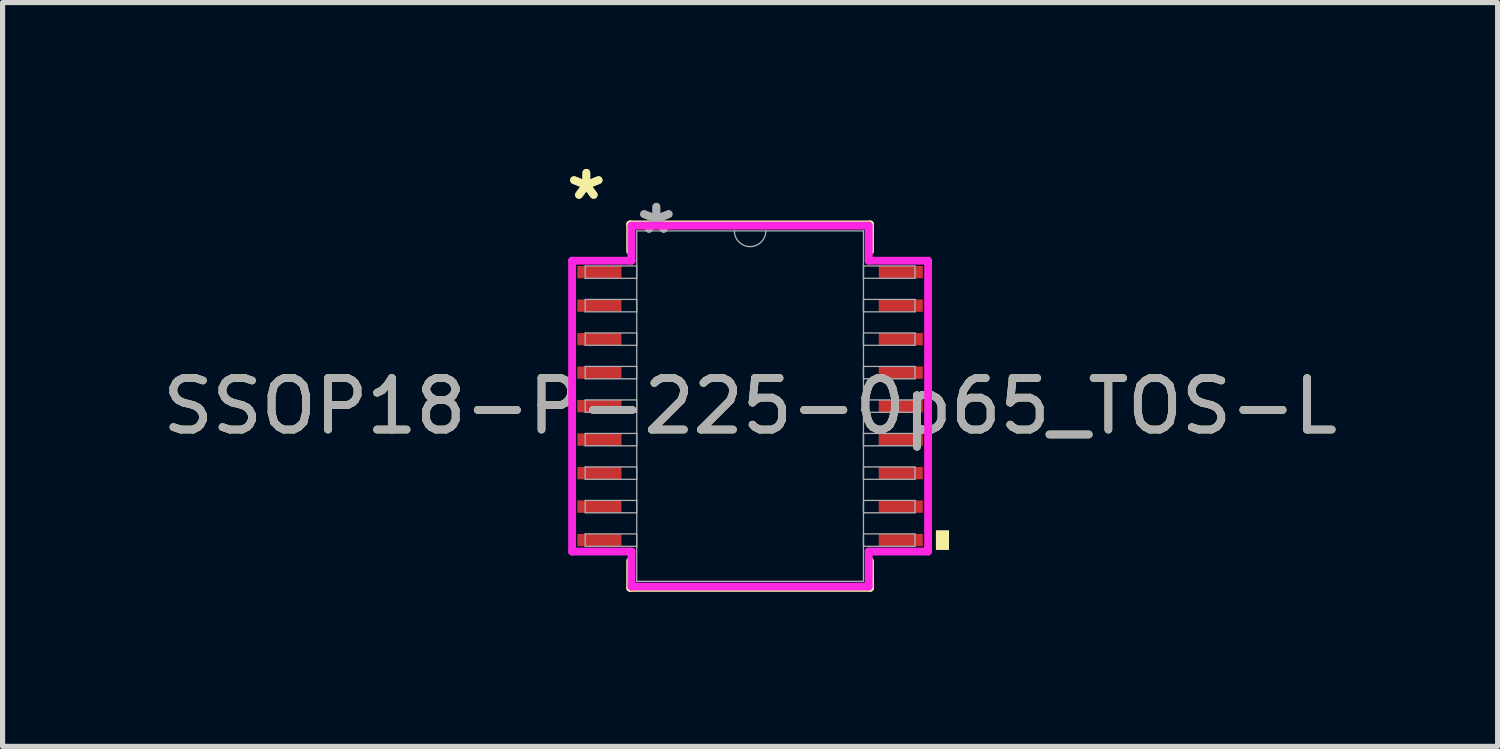
<source format=kicad_pcb>
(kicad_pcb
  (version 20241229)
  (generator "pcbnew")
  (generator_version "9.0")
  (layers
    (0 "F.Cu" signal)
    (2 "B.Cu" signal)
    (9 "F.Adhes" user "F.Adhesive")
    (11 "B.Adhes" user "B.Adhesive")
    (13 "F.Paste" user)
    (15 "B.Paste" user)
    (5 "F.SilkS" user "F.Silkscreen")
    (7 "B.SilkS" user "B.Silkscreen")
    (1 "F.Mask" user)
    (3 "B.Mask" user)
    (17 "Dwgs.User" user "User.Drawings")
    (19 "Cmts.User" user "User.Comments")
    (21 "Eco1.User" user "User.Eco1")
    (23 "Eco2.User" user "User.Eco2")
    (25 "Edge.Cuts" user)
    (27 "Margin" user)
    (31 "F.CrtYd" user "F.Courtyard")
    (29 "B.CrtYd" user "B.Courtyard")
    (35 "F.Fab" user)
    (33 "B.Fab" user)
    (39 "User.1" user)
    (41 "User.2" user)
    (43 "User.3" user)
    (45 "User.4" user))
  (footprint "SSOP18-P-225-0p65_TOS-L"
    (layer "F.Cu")
    (at 11.506 4.831)
    (property "Reference" "SSOP18-P-225-0p65_TOS-L" (at 0 0 0) (unlocked yes) (layer "F.SilkS") (effects (font (size 1 1) (thickness 0.15))))
    (attr smd)
    (fp_line (start -2.327 -3.527) (end -2.327 -3.007) (stroke (width 0.152) (type solid)) (layer "F.SilkS"))
    (fp_line (start -2.327 3.007) (end -2.327 3.527) (stroke (width 0.152) (type solid)) (layer "F.SilkS"))
    (fp_line (start -2.327 3.527) (end 2.327 3.527) (stroke (width 0.152) (type solid)) (layer "F.SilkS"))
    (fp_line (start 2.327 -3.527) (end -2.327 -3.527) (stroke (width 0.152) (type solid)) (layer "F.SilkS"))
    (fp_line (start 2.327 -3.007) (end 2.327 -3.527) (stroke (width 0.152) (type solid)) (layer "F.SilkS"))
    (fp_line (start 2.327 3.527) (end 2.327 3.007) (stroke (width 0.152) (type solid)) (layer "F.SilkS"))
    (fp_poly (pts (xy 3.86 2.409) (xy 3.86 2.791) (xy 3.606 2.791) (xy 3.606 2.409)) (stroke (width 0) (type solid)) (fill yes) (layer "F.SilkS"))
    (fp_line (start -3.454 -2.822) (end -2.302 -2.822) (stroke (width 0.152) (type solid)) (layer "F.CrtYd"))
    (fp_line (start -3.454 2.822) (end -3.454 -2.822) (stroke (width 0.152) (type solid)) (layer "F.CrtYd"))
    (fp_line (start -3.454 2.822) (end -2.302 2.822) (stroke (width 0.152) (type solid)) (layer "F.CrtYd"))
    (fp_line (start -2.302 -3.502) (end 2.302 -3.502) (stroke (width 0.152) (type solid)) (layer "F.CrtYd"))
    (fp_line (start -2.302 -2.822) (end -2.302 -3.502) (stroke (width 0.152) (type solid)) (layer "F.CrtYd"))
    (fp_line (start -2.302 3.502) (end -2.302 2.822) (stroke (width 0.152) (type solid)) (layer "F.CrtYd"))
    (fp_line (start 2.302 -3.502) (end 2.302 -2.822) (stroke (width 0.152) (type solid)) (layer "F.CrtYd"))
    (fp_line (start 2.302 2.822) (end 2.302 3.502) (stroke (width 0.152) (type solid)) (layer "F.CrtYd"))
    (fp_line (start 2.302 3.502) (end -2.302 3.502) (stroke (width 0.152) (type solid)) (layer "F.CrtYd"))
    (fp_line (start 3.454 -2.822) (end 2.302 -2.822) (stroke (width 0.152) (type solid)) (layer "F.CrtYd"))
    (fp_line (start 3.454 -2.822) (end 3.454 2.822) (stroke (width 0.152) (type solid)) (layer "F.CrtYd"))
    (fp_line (start 3.454 2.822) (end 2.302 2.822) (stroke (width 0.152) (type solid)) (layer "F.CrtYd"))
    (fp_line (start -3.2 -2.72) (end -3.2 -2.48) (stroke (width 0.025) (type solid)) (layer "F.Fab"))
    (fp_line (start -3.2 -2.48) (end -2.2 -2.48) (stroke (width 0.025) (type solid)) (layer "F.Fab"))
    (fp_line (start -3.2 -2.07) (end -3.2 -1.83) (stroke (width 0.025) (type solid)) (layer "F.Fab"))
    (fp_line (start -3.2 -1.83) (end -2.2 -1.83) (stroke (width 0.025) (type solid)) (layer "F.Fab"))
    (fp_line (start -3.2 -1.42) (end -3.2 -1.18) (stroke (width 0.025) (type solid)) (layer "F.Fab"))
    (fp_line (start -3.2 -1.18) (end -2.2 -1.18) (stroke (width 0.025) (type solid)) (layer "F.Fab"))
    (fp_line (start -3.2 -0.77) (end -3.2 -0.53) (stroke (width 0.025) (type solid)) (layer "F.Fab"))
    (fp_line (start -3.2 -0.53) (end -2.2 -0.53) (stroke (width 0.025) (type solid)) (layer "F.Fab"))
    (fp_line (start -3.2 -0.12) (end -3.2 0.12) (stroke (width 0.025) (type solid)) (layer "F.Fab"))
    (fp_line (start -3.2 0.12) (end -2.2 0.12) (stroke (width 0.025) (type solid)) (layer "F.Fab"))
    (fp_line (start -3.2 0.53) (end -3.2 0.77) (stroke (width 0.025) (type solid)) (layer "F.Fab"))
    (fp_line (start -3.2 0.77) (end -2.2 0.77) (stroke (width 0.025) (type solid)) (layer "F.Fab"))
    (fp_line (start -3.2 1.18) (end -3.2 1.42) (stroke (width 0.025) (type solid)) (layer "F.Fab"))
    (fp_line (start -3.2 1.42) (end -2.2 1.42) (stroke (width 0.025) (type solid)) (layer "F.Fab"))
    (fp_line (start -3.2 1.83) (end -3.2 2.07) (stroke (width 0.025) (type solid)) (layer "F.Fab"))
    (fp_line (start -3.2 2.07) (end -2.2 2.07) (stroke (width 0.025) (type solid)) (layer "F.Fab"))
    (fp_line (start -3.2 2.48) (end -3.2 2.72) (stroke (width 0.025) (type solid)) (layer "F.Fab"))
    (fp_line (start -3.2 2.72) (end -2.2 2.72) (stroke (width 0.025) (type solid)) (layer "F.Fab"))
    (fp_line (start -2.2 -3.4) (end -2.2 3.4) (stroke (width 0.025) (type solid)) (layer "F.Fab"))
    (fp_line (start -2.2 -2.72) (end -3.2 -2.72) (stroke (width 0.025) (type solid)) (layer "F.Fab"))
    (fp_line (start -2.2 -2.48) (end -2.2 -2.72) (stroke (width 0.025) (type solid)) (layer "F.Fab"))
    (fp_line (start -2.2 -2.07) (end -3.2 -2.07) (stroke (width 0.025) (type solid)) (layer "F.Fab"))
    (fp_line (start -2.2 -1.83) (end -2.2 -2.07) (stroke (width 0.025) (type solid)) (layer "F.Fab"))
    (fp_line (start -2.2 -1.42) (end -3.2 -1.42) (stroke (width 0.025) (type solid)) (layer "F.Fab"))
    (fp_line (start -2.2 -1.18) (end -2.2 -1.42) (stroke (width 0.025) (type solid)) (layer "F.Fab"))
    (fp_line (start -2.2 -0.77) (end -3.2 -0.77) (stroke (width 0.025) (type solid)) (layer "F.Fab"))
    (fp_line (start -2.2 -0.53) (end -2.2 -0.77) (stroke (width 0.025) (type solid)) (layer "F.Fab"))
    (fp_line (start -2.2 -0.12) (end -3.2 -0.12) (stroke (width 0.025) (type solid)) (layer "F.Fab"))
    (fp_line (start -2.2 0.12) (end -2.2 -0.12) (stroke (width 0.025) (type solid)) (layer "F.Fab"))
    (fp_line (start -2.2 0.53) (end -3.2 0.53) (stroke (width 0.025) (type solid)) (layer "F.Fab"))
    (fp_line (start -2.2 0.77) (end -2.2 0.53) (stroke (width 0.025) (type solid)) (layer "F.Fab"))
    (fp_line (start -2.2 1.18) (end -3.2 1.18) (stroke (width 0.025) (type solid)) (layer "F.Fab"))
    (fp_line (start -2.2 1.42) (end -2.2 1.18) (stroke (width 0.025) (type solid)) (layer "F.Fab"))
    (fp_line (start -2.2 1.83) (end -3.2 1.83) (stroke (width 0.025) (type solid)) (layer "F.Fab"))
    (fp_line (start -2.2 2.07) (end -2.2 1.83) (stroke (width 0.025) (type solid)) (layer "F.Fab"))
    (fp_line (start -2.2 2.48) (end -3.2 2.48) (stroke (width 0.025) (type solid)) (layer "F.Fab"))
    (fp_line (start -2.2 2.72) (end -2.2 2.48) (stroke (width 0.025) (type solid)) (layer "F.Fab"))
    (fp_line (start -2.2 3.4) (end 2.2 3.4) (stroke (width 0.025) (type solid)) (layer "F.Fab"))
    (fp_line (start 2.2 -3.4) (end -2.2 -3.4) (stroke (width 0.025) (type solid)) (layer "F.Fab"))
    (fp_line (start 2.2 -2.72) (end 2.2 -2.48) (stroke (width 0.025) (type solid)) (layer "F.Fab"))
    (fp_line (start 2.2 -2.48) (end 3.2 -2.48) (stroke (width 0.025) (type solid)) (layer "F.Fab"))
    (fp_line (start 2.2 -2.07) (end 2.2 -1.83) (stroke (width 0.025) (type solid)) (layer "F.Fab"))
    (fp_line (start 2.2 -1.83) (end 3.2 -1.83) (stroke (width 0.025) (type solid)) (layer "F.Fab"))
    (fp_line (start 2.2 -1.42) (end 2.2 -1.18) (stroke (width 0.025) (type solid)) (layer "F.Fab"))
    (fp_line (start 2.2 -1.18) (end 3.2 -1.18) (stroke (width 0.025) (type solid)) (layer "F.Fab"))
    (fp_line (start 2.2 -0.77) (end 2.2 -0.53) (stroke (width 0.025) (type solid)) (layer "F.Fab"))
    (fp_line (start 2.2 -0.53) (end 3.2 -0.53) (stroke (width 0.025) (type solid)) (layer "F.Fab"))
    (fp_line (start 2.2 -0.12) (end 2.2 0.12) (stroke (width 0.025) (type solid)) (layer "F.Fab"))
    (fp_line (start 2.2 0.12) (end 3.2 0.12) (stroke (width 0.025) (type solid)) (layer "F.Fab"))
    (fp_line (start 2.2 0.53) (end 2.2 0.77) (stroke (width 0.025) (type solid)) (layer "F.Fab"))
    (fp_line (start 2.2 0.77) (end 3.2 0.77) (stroke (width 0.025) (type solid)) (layer "F.Fab"))
    (fp_line (start 2.2 1.18) (end 2.2 1.42) (stroke (width 0.025) (type solid)) (layer "F.Fab"))
    (fp_line (start 2.2 1.42) (end 3.2 1.42) (stroke (width 0.025) (type solid)) (layer "F.Fab"))
    (fp_line (start 2.2 1.83) (end 2.2 2.07) (stroke (width 0.025) (type solid)) (layer "F.Fab"))
    (fp_line (start 2.2 2.07) (end 3.2 2.07) (stroke (width 0.025) (type solid)) (layer "F.Fab"))
    (fp_line (start 2.2 2.48) (end 2.2 2.72) (stroke (width 0.025) (type solid)) (layer "F.Fab"))
    (fp_line (start 2.2 2.72) (end 3.2 2.72) (stroke (width 0.025) (type solid)) (layer "F.Fab"))
    (fp_line (start 2.2 3.4) (end 2.2 -3.4) (stroke (width 0.025) (type solid)) (layer "F.Fab"))
    (fp_line (start 3.2 -2.72) (end 2.2 -2.72) (stroke (width 0.025) (type solid)) (layer "F.Fab"))
    (fp_line (start 3.2 -2.48) (end 3.2 -2.72) (stroke (width 0.025) (type solid)) (layer "F.Fab"))
    (fp_line (start 3.2 -2.07) (end 2.2 -2.07) (stroke (width 0.025) (type solid)) (layer "F.Fab"))
    (fp_line (start 3.2 -1.83) (end 3.2 -2.07) (stroke (width 0.025) (type solid)) (layer "F.Fab"))
    (fp_line (start 3.2 -1.42) (end 2.2 -1.42) (stroke (width 0.025) (type solid)) (layer "F.Fab"))
    (fp_line (start 3.2 -1.18) (end 3.2 -1.42) (stroke (width 0.025) (type solid)) (layer "F.Fab"))
    (fp_line (start 3.2 -0.77) (end 2.2 -0.77) (stroke (width 0.025) (type solid)) (layer "F.Fab"))
    (fp_line (start 3.2 -0.53) (end 3.2 -0.77) (stroke (width 0.025) (type solid)) (layer "F.Fab"))
    (fp_line (start 3.2 -0.12) (end 2.2 -0.12) (stroke (width 0.025) (type solid)) (layer "F.Fab"))
    (fp_line (start 3.2 0.12) (end 3.2 -0.12) (stroke (width 0.025) (type solid)) (layer "F.Fab"))
    (fp_line (start 3.2 0.53) (end 2.2 0.53) (stroke (width 0.025) (type solid)) (layer "F.Fab"))
    (fp_line (start 3.2 0.77) (end 3.2 0.53) (stroke (width 0.025) (type solid)) (layer "F.Fab"))
    (fp_line (start 3.2 1.18) (end 2.2 1.18) (stroke (width 0.025) (type solid)) (layer "F.Fab"))
    (fp_line (start 3.2 1.42) (end 3.2 1.18) (stroke (width 0.025) (type solid)) (layer "F.Fab"))
    (fp_line (start 3.2 1.83) (end 2.2 1.83) (stroke (width 0.025) (type solid)) (layer "F.Fab"))
    (fp_line (start 3.2 2.07) (end 3.2 1.83) (stroke (width 0.025) (type solid)) (layer "F.Fab"))
    (fp_line (start 3.2 2.48) (end 2.2 2.48) (stroke (width 0.025) (type solid)) (layer "F.Fab"))
    (fp_line (start 3.2 2.72) (end 3.2 2.48) (stroke (width 0.025) (type solid)) (layer "F.Fab"))
    (fp_arc (start 0.3048 -3.399998) (mid 0 -3.095198) (end -0.3048 -3.399998) (stroke (width 0.0254) (type solid)) (layer "F.Fab"))
    (fp_text user "*" (at -3.178 -3.983 0) (unlocked yes) (layer "F.SilkS") (effects (font (size 1 1) (thickness 0.15))))
    (fp_text user "*" (at -3.178 -3.983 0) (layer "F.SilkS") (effects (font (size 1 1) (thickness 0.15))))
    (fp_text user "*" (at -1.819 -3.324 0) (layer "F.Fab") (effects (font (size 1 1) (thickness 0.15))))
    (fp_text user "${REFERENCE}" (at 0 0 0) (unlocked yes) (layer "F.Fab") (effects (font (size 1 1) (thickness 0.15))))
    (fp_text user "*" (at -1.819 -3.324 0) (unlocked yes) (layer "F.Fab") (effects (font (size 1 1) (thickness 0.15))))
    (pad "1" smd rect (at -2.924 -2.6) (size 0.856 0.24) (layers "F.Cu" "F.Mask" "F.Paste"))
    (pad "2" smd rect (at -2.924 -1.95) (size 0.856 0.24) (layers "F.Cu" "F.Mask" "F.Paste"))
    (pad "3" smd rect (at -2.924 -1.3) (size 0.856 0.24) (layers "F.Cu" "F.Mask" "F.Paste"))
    (pad "4" smd rect (at -2.924 -0.65) (size 0.856 0.24) (layers "F.Cu" "F.Mask" "F.Paste"))
    (pad "5" smd rect (at -2.924 0) (size 0.856 0.24) (layers "F.Cu" "F.Mask" "F.Paste"))
    (pad "6" smd rect (at -2.924 0.65) (size 0.856 0.24) (layers "F.Cu" "F.Mask" "F.Paste"))
    (pad "7" smd rect (at -2.924 1.3) (size 0.856 0.24) (layers "F.Cu" "F.Mask" "F.Paste"))
    (pad "8" smd rect (at -2.924 1.95) (size 0.856 0.24) (layers "F.Cu" "F.Mask" "F.Paste"))
    (pad "9" smd rect (at -2.924 2.6) (size 0.856 0.24) (layers "F.Cu" "F.Mask" "F.Paste"))
    (pad "10" smd rect (at 2.924 2.6) (size 0.856 0.24) (layers "F.Cu" "F.Mask" "F.Paste"))
    (pad "11" smd rect (at 2.924 1.95) (size 0.856 0.24) (layers "F.Cu" "F.Mask" "F.Paste"))
    (pad "12" smd rect (at 2.924 1.3) (size 0.856 0.24) (layers "F.Cu" "F.Mask" "F.Paste"))
    (pad "13" smd rect (at 2.924 0.65) (size 0.856 0.24) (layers "F.Cu" "F.Mask" "F.Paste"))
    (pad "14" smd rect (at 2.924 0) (size 0.856 0.24) (layers "F.Cu" "F.Mask" "F.Paste"))
    (pad "15" smd rect (at 2.924 -0.65) (size 0.856 0.24) (layers "F.Cu" "F.Mask" "F.Paste"))
    (pad "16" smd rect (at 2.924 -1.3) (size 0.856 0.24) (layers "F.Cu" "F.Mask" "F.Paste"))
    (pad "17" smd rect (at 2.924 -1.95) (size 0.856 0.24) (layers "F.Cu" "F.Mask" "F.Paste"))
    (pad "18" smd rect (at 2.924 -2.6) (size 0.856 0.24) (layers "F.Cu" "F.Mask" "F.Paste")))
  (gr_rect
    (start -3 -3)
    (end 26.012 11.434)
    (stroke (width 0.1) (type default))
    (fill no)
    (layer "Edge.Cuts")))
</source>
